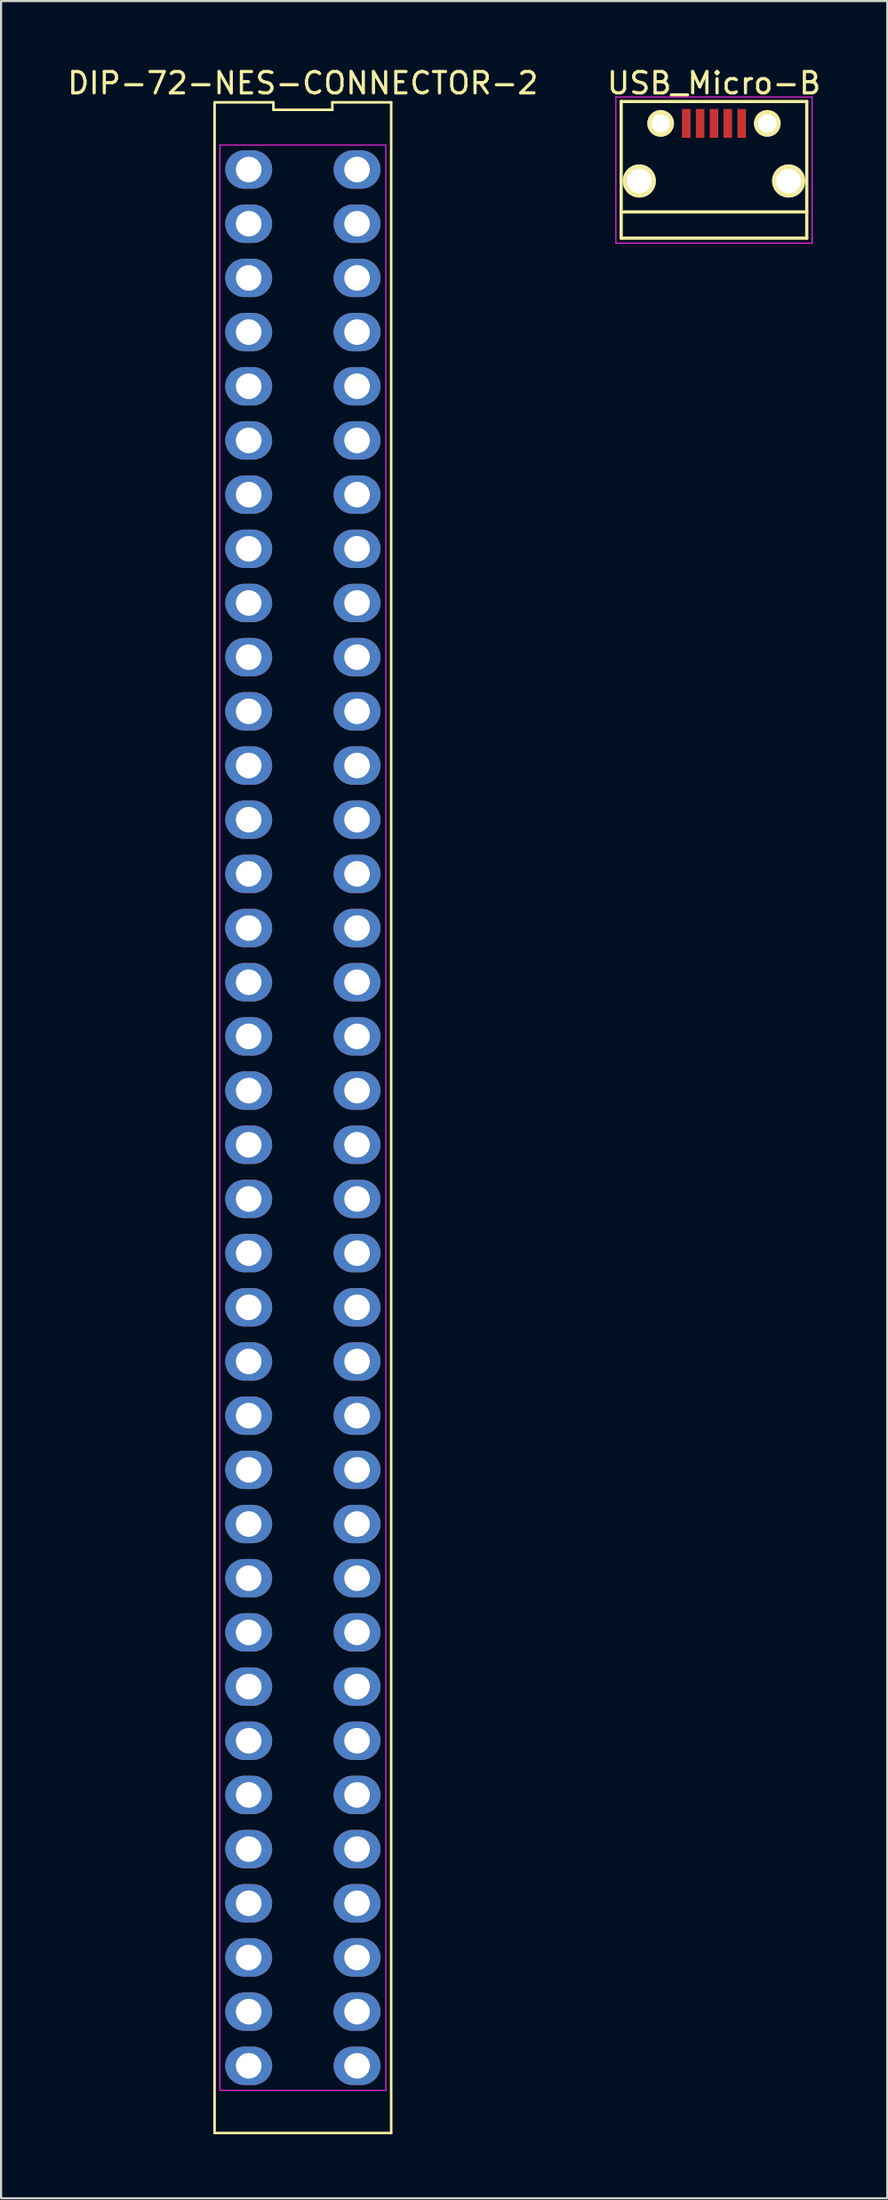
<source format=kicad_pcb>
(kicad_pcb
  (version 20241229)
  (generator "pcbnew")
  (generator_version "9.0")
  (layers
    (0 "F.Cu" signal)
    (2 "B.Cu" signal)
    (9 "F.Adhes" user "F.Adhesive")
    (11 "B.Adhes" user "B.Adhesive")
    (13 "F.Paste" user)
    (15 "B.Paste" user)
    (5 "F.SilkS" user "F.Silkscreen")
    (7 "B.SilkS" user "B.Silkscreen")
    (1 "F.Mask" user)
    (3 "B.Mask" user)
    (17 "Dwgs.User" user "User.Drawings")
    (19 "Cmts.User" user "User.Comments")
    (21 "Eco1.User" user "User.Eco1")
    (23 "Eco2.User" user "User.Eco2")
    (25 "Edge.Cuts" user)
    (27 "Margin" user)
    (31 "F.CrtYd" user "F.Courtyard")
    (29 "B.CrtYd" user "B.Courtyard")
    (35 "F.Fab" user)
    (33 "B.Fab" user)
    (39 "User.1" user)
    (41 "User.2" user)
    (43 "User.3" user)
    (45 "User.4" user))
  (footprint "DIP-72-NES-CONNECTOR-2"
    (layer "F.Cu")
    (at 11.149 49.348)
    (property "Reference" "DIP-72-NES-CONNECTOR-2" (at 0 -48.5 0) (layer "F.SilkS") (effects (font (size 1 1) (thickness 0.15))))
    (attr through_hole)
    (fp_line (start -4.14 47.6) (end 4.14 47.6) (stroke (width 0.12) (type solid)) (layer "F.SilkS"))
    (fp_line (start -4.14 -47.6) (end -4.14 47.6) (stroke (width 0.12) (type solid)) (layer "F.SilkS"))
    (fp_line (start -1.38 -47.6) (end -4.14 -47.6) (stroke (width 0.12) (type solid)) (layer "F.SilkS"))
    (fp_line (start -1.38 -47.6) (end -1.38 -47.25) (stroke (width 0.12) (type solid)) (layer "F.SilkS"))
    (fp_line (start 1.38 -47.6) (end 1.38 -47.25) (stroke (width 0.12) (type solid)) (layer "F.SilkS"))
    (fp_line (start 1.38 -47.25) (end -1.38 -47.25) (stroke (width 0.12) (type solid)) (layer "F.SilkS"))
    (fp_line (start 4.14 47.6) (end 4.14 -47.6) (stroke (width 0.12) (type solid)) (layer "F.SilkS"))
    (fp_line (start 4.14 -47.6) (end 1.38 -47.6) (stroke (width 0.12) (type solid)) (layer "F.SilkS"))
    (fp_line (start -3.89 -45.6) (end 3.89 -45.6) (stroke (width 0.05) (type solid)) (layer "F.CrtYd"))
    (fp_line (start -3.89 45.6) (end -3.89 -45.6) (stroke (width 0.05) (type solid)) (layer "F.CrtYd"))
    (fp_line (start 3.89 -45.6) (end 3.89 45.6) (stroke (width 0.05) (type solid)) (layer "F.CrtYd"))
    (fp_line (start 3.89 45.6) (end -3.89 45.6) (stroke (width 0.05) (type solid)) (layer "F.CrtYd"))
    (pad "1" thru_hole oval (at -2.54 -44.45 270) (size 1.8 2.2) (drill 1.2) (layers "*.Cu" "*.Mask"))
    (pad "2" thru_hole oval (at -2.54 -41.91 270) (size 1.8 2.2) (drill 1.2) (layers "*.Cu" "*.Mask"))
    (pad "3" thru_hole oval (at -2.54 -39.37 270) (size 1.8 2.2) (drill 1.2) (layers "*.Cu" "*.Mask"))
    (pad "4" thru_hole oval (at -2.54 -36.83 270) (size 1.8 2.2) (drill 1.2) (layers "*.Cu" "*.Mask"))
    (pad "5" thru_hole oval (at -2.54 -34.29 270) (size 1.8 2.2) (drill 1.2) (layers "*.Cu" "*.Mask"))
    (pad "6" thru_hole oval (at -2.54 -31.75 270) (size 1.8 2.2) (drill 1.2) (layers "*.Cu" "*.Mask"))
    (pad "7" thru_hole oval (at -2.54 -29.21 270) (size 1.8 2.2) (drill 1.2) (layers "*.Cu" "*.Mask"))
    (pad "8" thru_hole oval (at -2.54 -26.67 270) (size 1.8 2.2) (drill 1.2) (layers "*.Cu" "*.Mask"))
    (pad "9" thru_hole oval (at -2.54 -24.13 270) (size 1.8 2.2) (drill 1.2) (layers "*.Cu" "*.Mask"))
    (pad "10" thru_hole oval (at -2.54 -21.59 270) (size 1.8 2.2) (drill 1.2) (layers "*.Cu" "*.Mask"))
    (pad "11" thru_hole oval (at -2.54 -19.05 270) (size 1.8 2.2) (drill 1.2) (layers "*.Cu" "*.Mask"))
    (pad "12" thru_hole oval (at -2.54 -16.51 270) (size 1.8 2.2) (drill 1.2) (layers "*.Cu" "*.Mask"))
    (pad "13" thru_hole oval (at -2.54 -13.97 270) (size 1.8 2.2) (drill 1.2) (layers "*.Cu" "*.Mask"))
    (pad "14" thru_hole oval (at -2.54 -11.43 270) (size 1.8 2.2) (drill 1.2) (layers "*.Cu" "*.Mask"))
    (pad "15" thru_hole oval (at -2.54 -8.89 270) (size 1.8 2.2) (drill 1.2) (layers "*.Cu" "*.Mask"))
    (pad "16" thru_hole oval (at -2.54 -6.35 270) (size 1.8 2.2) (drill 1.2) (layers "*.Cu" "*.Mask"))
    (pad "17" thru_hole oval (at -2.54 -3.81 270) (size 1.8 2.2) (drill 1.2) (layers "*.Cu" "*.Mask"))
    (pad "18" thru_hole oval (at -2.54 -1.27 270) (size 1.8 2.2) (drill 1.2) (layers "*.Cu" "*.Mask"))
    (pad "19" thru_hole oval (at -2.54 1.27 270) (size 1.8 2.2) (drill 1.2) (layers "*.Cu" "*.Mask"))
    (pad "20" thru_hole oval (at -2.54 3.81 270) (size 1.8 2.2) (drill 1.2) (layers "*.Cu" "*.Mask"))
    (pad "21" thru_hole oval (at -2.54 6.35 270) (size 1.8 2.2) (drill 1.2) (layers "*.Cu" "*.Mask"))
    (pad "22" thru_hole oval (at -2.54 8.89 270) (size 1.8 2.2) (drill 1.2) (layers "*.Cu" "*.Mask"))
    (pad "23" thru_hole oval (at -2.54 11.43 270) (size 1.8 2.2) (drill 1.2) (layers "*.Cu" "*.Mask"))
    (pad "24" thru_hole oval (at -2.54 13.97 270) (size 1.8 2.2) (drill 1.2) (layers "*.Cu" "*.Mask"))
    (pad "25" thru_hole oval (at -2.54 16.51 270) (size 1.8 2.2) (drill 1.2) (layers "*.Cu" "*.Mask"))
    (pad "26" thru_hole oval (at -2.54 19.05 270) (size 1.8 2.2) (drill 1.2) (layers "*.Cu" "*.Mask"))
    (pad "27" thru_hole oval (at -2.54 21.59 270) (size 1.8 2.2) (drill 1.2) (layers "*.Cu" "*.Mask"))
    (pad "28" thru_hole oval (at -2.54 24.13 270) (size 1.8 2.2) (drill 1.2) (layers "*.Cu" "*.Mask"))
    (pad "29" thru_hole oval (at -2.54 26.67 270) (size 1.8 2.2) (drill 1.2) (layers "*.Cu" "*.Mask"))
    (pad "30" thru_hole oval (at -2.54 29.21 270) (size 1.8 2.2) (drill 1.2) (layers "*.Cu" "*.Mask"))
    (pad "31" thru_hole oval (at -2.54 31.75 270) (size 1.8 2.2) (drill 1.2) (layers "*.Cu" "*.Mask"))
    (pad "32" thru_hole oval (at -2.54 34.29 270) (size 1.8 2.2) (drill 1.2) (layers "*.Cu" "*.Mask"))
    (pad "33" thru_hole oval (at -2.54 36.83 270) (size 1.8 2.2) (drill 1.2) (layers "*.Cu" "*.Mask"))
    (pad "34" thru_hole oval (at -2.54 39.37 270) (size 1.8 2.2) (drill 1.2) (layers "*.Cu" "*.Mask"))
    (pad "35" thru_hole oval (at -2.54 41.91 270) (size 1.8 2.2) (drill 1.2) (layers "*.Cu" "*.Mask"))
    (pad "36" thru_hole oval (at -2.54 44.45 270) (size 1.8 2.2) (drill 1.2) (layers "*.Cu" "*.Mask"))
    (pad "37" thru_hole oval (at 2.54 -44.45 270) (size 1.8 2.2) (drill 1.2) (layers "*.Cu" "*.Mask"))
    (pad "38" thru_hole oval (at 2.54 -41.91 270) (size 1.8 2.2) (drill 1.2) (layers "*.Cu" "*.Mask"))
    (pad "39" thru_hole oval (at 2.54 -39.37 270) (size 1.8 2.2) (drill 1.2) (layers "*.Cu" "*.Mask"))
    (pad "40" thru_hole oval (at 2.54 -36.83 270) (size 1.8 2.2) (drill 1.2) (layers "*.Cu" "*.Mask"))
    (pad "41" thru_hole oval (at 2.54 -34.29 270) (size 1.8 2.2) (drill 1.2) (layers "*.Cu" "*.Mask"))
    (pad "42" thru_hole oval (at 2.54 -31.75 270) (size 1.8 2.2) (drill 1.2) (layers "*.Cu" "*.Mask"))
    (pad "43" thru_hole oval (at 2.54 -29.21 270) (size 1.8 2.2) (drill 1.2) (layers "*.Cu" "*.Mask"))
    (pad "44" thru_hole oval (at 2.54 -26.67 270) (size 1.8 2.2) (drill 1.2) (layers "*.Cu" "*.Mask"))
    (pad "45" thru_hole oval (at 2.54 -24.13 270) (size 1.8 2.2) (drill 1.2) (layers "*.Cu" "*.Mask"))
    (pad "46" thru_hole oval (at 2.54 -21.59 270) (size 1.8 2.2) (drill 1.2) (layers "*.Cu" "*.Mask"))
    (pad "47" thru_hole oval (at 2.54 -19.05 270) (size 1.8 2.2) (drill 1.2) (layers "*.Cu" "*.Mask"))
    (pad "48" thru_hole oval (at 2.54 -16.51 270) (size 1.8 2.2) (drill 1.2) (layers "*.Cu" "*.Mask"))
    (pad "49" thru_hole oval (at 2.54 -13.97 270) (size 1.8 2.2) (drill 1.2) (layers "*.Cu" "*.Mask"))
    (pad "50" thru_hole oval (at 2.54 -11.43 270) (size 1.8 2.2) (drill 1.2) (layers "*.Cu" "*.Mask"))
    (pad "51" thru_hole oval (at 2.54 -8.89 270) (size 1.8 2.2) (drill 1.2) (layers "*.Cu" "*.Mask"))
    (pad "52" thru_hole oval (at 2.54 -6.35 270) (size 1.8 2.2) (drill 1.2) (layers "*.Cu" "*.Mask"))
    (pad "53" thru_hole oval (at 2.54 -3.81 270) (size 1.8 2.2) (drill 1.2) (layers "*.Cu" "*.Mask"))
    (pad "54" thru_hole oval (at 2.54 -1.27 270) (size 1.8 2.2) (drill 1.2) (layers "*.Cu" "*.Mask"))
    (pad "55" thru_hole oval (at 2.54 1.27 270) (size 1.8 2.2) (drill 1.2) (layers "*.Cu" "*.Mask"))
    (pad "56" thru_hole oval (at 2.54 3.81 270) (size 1.8 2.2) (drill 1.2) (layers "*.Cu" "*.Mask"))
    (pad "57" thru_hole oval (at 2.54 6.35 270) (size 1.8 2.2) (drill 1.2) (layers "*.Cu" "*.Mask"))
    (pad "58" thru_hole oval (at 2.54 8.89 270) (size 1.8 2.2) (drill 1.2) (layers "*.Cu" "*.Mask"))
    (pad "59" thru_hole oval (at 2.54 11.43 270) (size 1.8 2.2) (drill 1.2) (layers "*.Cu" "*.Mask"))
    (pad "60" thru_hole oval (at 2.54 13.97 270) (size 1.8 2.2) (drill 1.2) (layers "*.Cu" "*.Mask"))
    (pad "61" thru_hole oval (at 2.54 16.51 270) (size 1.8 2.2) (drill 1.2) (layers "*.Cu" "*.Mask"))
    (pad "62" thru_hole oval (at 2.54 19.05 270) (size 1.8 2.2) (drill 1.2) (layers "*.Cu" "*.Mask"))
    (pad "63" thru_hole oval (at 2.54 21.59 270) (size 1.8 2.2) (drill 1.2) (layers "*.Cu" "*.Mask"))
    (pad "64" thru_hole oval (at 2.54 24.13 270) (size 1.8 2.2) (drill 1.2) (layers "*.Cu" "*.Mask"))
    (pad "65" thru_hole oval (at 2.54 26.67 270) (size 1.8 2.2) (drill 1.2) (layers "*.Cu" "*.Mask"))
    (pad "66" thru_hole oval (at 2.54 29.21 270) (size 1.8 2.2) (drill 1.2) (layers "*.Cu" "*.Mask"))
    (pad "67" thru_hole oval (at 2.54 31.75 270) (size 1.8 2.2) (drill 1.2) (layers "*.Cu" "*.Mask"))
    (pad "68" thru_hole oval (at 2.54 34.29 270) (size 1.8 2.2) (drill 1.2) (layers "*.Cu" "*.Mask"))
    (pad "69" thru_hole oval (at 2.54 36.83 270) (size 1.8 2.2) (drill 1.2) (layers "*.Cu" "*.Mask"))
    (pad "70" thru_hole oval (at 2.54 39.37 270) (size 1.8 2.2) (drill 1.2) (layers "*.Cu" "*.Mask"))
    (pad "71" thru_hole oval (at 2.54 41.91 270) (size 1.8 2.2) (drill 1.2) (layers "*.Cu" "*.Mask"))
    (pad "72" thru_hole oval (at 2.54 44.45 270) (size 1.8 2.2) (drill 1.2) (layers "*.Cu" "*.Mask")))
  (footprint "USB_Micro-B"
    (layer "F.Cu")
    (at 30.423 4.298)
    (property "Reference" "USB_Micro-B" (at 0 -3.45 0) (layer "F.SilkS") (effects (font (size 1 1) (thickness 0.15))))
    (attr smd)
    (fp_line (start -4.351 -2.588) (end 4.349 -2.588) (stroke (width 0.15) (type solid)) (layer "F.SilkS"))
    (fp_line (start -4.351 3.817) (end -4.351 -2.588) (stroke (width 0.15) (type solid)) (layer "F.SilkS"))
    (fp_line (start -4.351 3.817) (end 4.349 3.817) (stroke (width 0.15) (type solid)) (layer "F.SilkS"))
    (fp_line (start 4.349 -2.588) (end 4.349 3.817) (stroke (width 0.15) (type solid)) (layer "F.SilkS"))
    (fp_line (start 4.349 2.587) (end -4.351 2.587) (stroke (width 0.15) (type solid)) (layer "F.SilkS"))
    (fp_line (start -4.6 -2.8) (end 4.6 -2.8) (stroke (width 0.05) (type solid)) (layer "F.CrtYd"))
    (fp_line (start -4.6 4.05) (end -4.6 -2.8) (stroke (width 0.05) (type solid)) (layer "F.CrtYd"))
    (fp_line (start 4.6 -2.8) (end 4.6 4.05) (stroke (width 0.05) (type solid)) (layer "F.CrtYd"))
    (fp_line (start 4.6 4.05) (end -4.6 4.05) (stroke (width 0.05) (type solid)) (layer "F.CrtYd"))
    (pad "1" smd rect (at -1.301 -1.563 90) (size 1.35 0.4) (layers "F.Cu" "F.Mask" "F.Paste"))
    (pad "2" smd rect (at -0.651 -1.563 90) (size 1.35 0.4) (layers "F.Cu" "F.Mask" "F.Paste"))
    (pad "3" smd rect (at -0.001 -1.563 90) (size 1.35 0.4) (layers "F.Cu" "F.Mask" "F.Paste"))
    (pad "4" smd rect (at 0.649 -1.563 90) (size 1.35 0.4) (layers "F.Cu" "F.Mask" "F.Paste"))
    (pad "5" smd rect (at 1.299 -1.563 90) (size 1.35 0.4) (layers "F.Cu" "F.Mask" "F.Paste"))
    (pad "6" thru_hole circle (at -3.501 1.137 90) (size 1.55 1.55) (drill 1.15) (layers "*.Cu" "*.Mask" "F.SilkS"))
    (pad "6" thru_hole circle (at -2.501 -1.563 90) (size 1.25 1.25) (drill 0.85) (layers "*.Cu" "*.Mask" "F.SilkS"))
    (pad "7" thru_hole circle (at 2.499 -1.563 90) (size 1.25 1.25) (drill 0.85) (layers "*.Cu" "*.Mask" "F.SilkS"))
    (pad "7" thru_hole circle (at 3.499 1.137 90) (size 1.55 1.55) (drill 1.15) (layers "*.Cu" "*.Mask" "F.SilkS")))
  (gr_rect
    (start -3 -3)
    (end 38.548 100.008)
    (stroke (width 0.1) (type default))
    (fill no)
    (layer "Edge.Cuts")))
</source>
